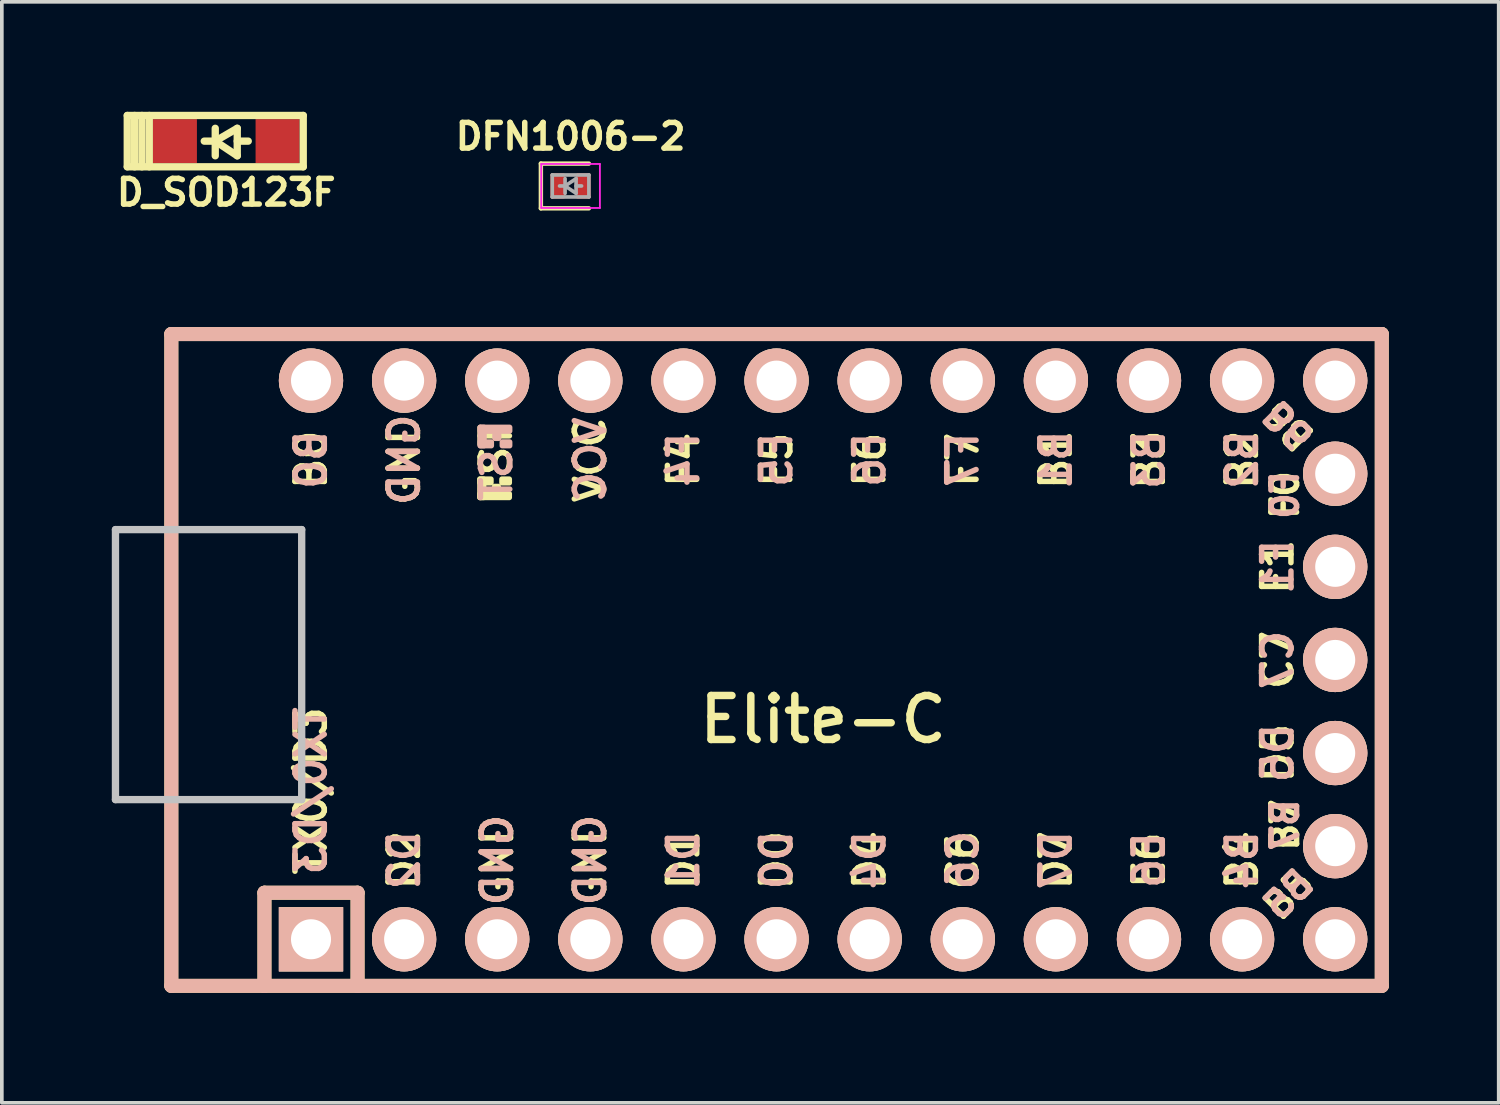
<source format=kicad_pcb>
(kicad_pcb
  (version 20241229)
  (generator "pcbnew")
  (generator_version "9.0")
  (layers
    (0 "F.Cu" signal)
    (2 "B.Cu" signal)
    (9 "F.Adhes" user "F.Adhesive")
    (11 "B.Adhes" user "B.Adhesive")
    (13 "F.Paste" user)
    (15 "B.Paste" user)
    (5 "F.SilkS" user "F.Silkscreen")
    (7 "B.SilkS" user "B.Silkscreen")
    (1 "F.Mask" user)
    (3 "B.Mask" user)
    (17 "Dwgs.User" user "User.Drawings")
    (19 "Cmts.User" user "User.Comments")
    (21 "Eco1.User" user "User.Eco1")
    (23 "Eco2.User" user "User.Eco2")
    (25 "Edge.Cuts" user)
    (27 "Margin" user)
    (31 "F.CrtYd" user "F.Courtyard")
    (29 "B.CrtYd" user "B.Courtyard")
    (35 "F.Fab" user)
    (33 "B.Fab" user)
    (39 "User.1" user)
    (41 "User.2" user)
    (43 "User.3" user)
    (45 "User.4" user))
  (footprint "DFN1006-2"
    (layer "F.Cu")
    (at 12.515 2.023)
    (property "Reference" "DFN1006-2" (at 0 -1.35 0) (layer "F.SilkS") (effects (font (size 0.7 0.7) (thickness 0.15))))
    (attr smd)
    (fp_line (start -0.81 -0.61) (end -0.81 0.61) (stroke (width 0.12) (type solid)) (layer "F.SilkS"))
    (fp_line (start -0.81 -0.61) (end 0.5 -0.61) (stroke (width 0.12) (type solid)) (layer "F.SilkS"))
    (fp_line (start -0.81 0.61) (end 0.5 0.61) (stroke (width 0.12) (type solid)) (layer "F.SilkS"))
    (fp_line (start -0.8 -0.6) (end -0.8 0.6) (stroke (width 0.05) (type solid)) (layer "F.CrtYd"))
    (fp_line (start -0.8 -0.6) (end 0.8 -0.6) (stroke (width 0.05) (type solid)) (layer "F.CrtYd"))
    (fp_line (start 0.8 -0.6) (end 0.8 0.6) (stroke (width 0.05) (type solid)) (layer "F.CrtYd"))
    (fp_line (start 0.8 0.6) (end -0.8 0.6) (stroke (width 0.05) (type solid)) (layer "F.CrtYd"))
    (fp_line (start -0.5 -0.3) (end 0.5 -0.3) (stroke (width 0.1) (type solid)) (layer "F.Fab"))
    (fp_line (start -0.5 0.3) (end -0.5 -0.3) (stroke (width 0.1) (type solid)) (layer "F.Fab"))
    (fp_line (start -0.15 0) (end -0.3 0) (stroke (width 0.1) (type solid)) (layer "F.Fab"))
    (fp_line (start -0.15 0) (end 0.15 0.2) (stroke (width 0.1) (type solid)) (layer "F.Fab"))
    (fp_line (start -0.15 0.2) (end -0.15 -0.2) (stroke (width 0.1) (type solid)) (layer "F.Fab"))
    (fp_line (start 0.15 -0.2) (end -0.15 0) (stroke (width 0.1) (type solid)) (layer "F.Fab"))
    (fp_line (start 0.15 0) (end 0.3 0) (stroke (width 0.1) (type solid)) (layer "F.Fab"))
    (fp_line (start 0.15 0.2) (end 0.15 -0.2) (stroke (width 0.1) (type solid)) (layer "F.Fab"))
    (fp_line (start 0.5 -0.3) (end 0.5 0.3) (stroke (width 0.1) (type solid)) (layer "F.Fab"))
    (fp_line (start 0.5 0.3) (end -0.5 0.3) (stroke (width 0.1) (type solid)) (layer "F.Fab"))
    (pad "" smd roundrect (at -0.35 0) (size 0.3 0.6) (layers "F.Paste") (roundrect_rratio 0.167))
    (pad "" smd roundrect (at 0.35 0) (size 0.3 0.6) (layers "F.Paste") (roundrect_rratio 0.167))
    (pad "1" smd roundrect (at -0.35 0) (size 0.4 0.7) (layers "F.Cu" "F.Mask") (roundrect_rratio 0.125))
    (pad "2" smd roundrect (at 0.35 0) (size 0.4 0.7) (layers "F.Cu" "F.Mask") (roundrect_rratio 0.125)))
  (footprint "D_SOD123F"
    (layer "F.Cu")
    (at 3.122 0.8)
    (property "Reference" "D_SOD123F" (at 0 1.4 0) (layer "F.SilkS") (effects (font (size 0.7 0.7) (thickness 0.15))))
    (attr smd)
    (fp_line (start -2.7 -0.7) (end -2.7 0.7) (stroke (width 0.2) (type solid)) (layer "F.SilkS"))
    (fp_line (start -2.7 -0.7) (end 2.1 -0.7) (stroke (width 0.2) (type solid)) (layer "F.SilkS"))
    (fp_line (start -2.7 0.7) (end 2.1 0.7) (stroke (width 0.2) (type solid)) (layer "F.SilkS"))
    (fp_line (start -2.5 -0.7) (end -2.5 0.7) (stroke (width 0.2) (type solid)) (layer "F.SilkS"))
    (fp_line (start -2.3 -0.7) (end -2.3 0.7) (stroke (width 0.2) (type solid)) (layer "F.SilkS"))
    (fp_line (start -2.1 -0.7) (end -2.1 0.7) (stroke (width 0.2) (type solid)) (layer "F.SilkS"))
    (fp_line (start -0.3 -0.35) (end -0.3 0.4) (stroke (width 0.2) (type solid)) (layer "F.SilkS"))
    (fp_line (start -0.3 0) (end -0.6 0) (stroke (width 0.2) (type solid)) (layer "F.SilkS"))
    (fp_line (start -0.3 0) (end 0.3 -0.35) (stroke (width 0.2) (type solid)) (layer "F.SilkS"))
    (fp_line (start 0.3 -0.35) (end 0.3 0.4) (stroke (width 0.2) (type solid)) (layer "F.SilkS"))
    (fp_line (start 0.3 0) (end 0.6 0) (stroke (width 0.2) (type solid)) (layer "F.SilkS"))
    (fp_line (start 0.3 0.4) (end -0.3 0) (stroke (width 0.2) (type solid)) (layer "F.SilkS"))
    (fp_line (start 2.1 -0.7) (end 2.1 0.7) (stroke (width 0.2) (type solid)) (layer "F.SilkS"))
    (pad "1" smd rect (at -1.4 0) (size 1.2 1.2) (layers "F.Cu" "F.Mask" "F.Paste"))
    (pad "2" smd rect (at 1.4 0) (size 1.2 1.2) (layers "F.Cu" "F.Mask" "F.Paste")))
  (footprint "Elite-C"
    (layer "F.Cu")
    (at 19.404 14.953)
    (property "Reference" "Elite-C" (at 0 1.625 0) (layer "F.SilkS") (effects (font (size 1.2 1.2) (thickness 0.203))))
    (attr through_hole)
    (fp_line (start -17.78 -8.89) (end -17.78 8.89) (stroke (width 0.381) (type solid)) (layer "F.SilkS"))
    (fp_line (start -17.78 8.89) (end -15.24 8.89) (stroke (width 0.381) (type solid)) (layer "F.SilkS"))
    (fp_line (start -15.24 -8.89) (end -17.78 -8.89) (stroke (width 0.381) (type solid)) (layer "F.SilkS"))
    (fp_line (start -15.24 6.35) (end -15.24 8.89) (stroke (width 0.381) (type solid)) (layer "F.SilkS"))
    (fp_line (start -15.24 6.35) (end -12.7 6.35) (stroke (width 0.381) (type solid)) (layer "F.SilkS"))
    (fp_line (start -15.24 8.89) (end 15.24 8.89) (stroke (width 0.381) (type solid)) (layer "F.SilkS"))
    (fp_line (start -12.7 6.35) (end -12.7 8.89) (stroke (width 0.381) (type solid)) (layer "F.SilkS"))
    (fp_line (start 15.24 -8.89) (end -15.24 -8.89) (stroke (width 0.381) (type solid)) (layer "F.SilkS"))
    (fp_line (start 15.24 8.89) (end 15.24 -8.89) (stroke (width 0.381) (type solid)) (layer "F.SilkS"))
    (fp_poly (pts (xy -9.361 -4.932) (xy -9.261 -4.932) (xy -9.261 -4.432) (xy -9.361 -4.432)) (stroke (width 0.15) (type solid)) (fill yes) (layer "F.SilkS"))
    (fp_poly (pts (xy -9.361 -4.932) (xy -9.061 -4.932) (xy -9.061 -4.832) (xy -9.361 -4.832)) (stroke (width 0.15) (type solid)) (fill yes) (layer "F.SilkS"))
    (fp_poly (pts (xy -9.361 -4.532) (xy -8.561 -4.532) (xy -8.561 -4.432) (xy -9.361 -4.432)) (stroke (width 0.15) (type solid)) (fill yes) (layer "F.SilkS"))
    (fp_poly (pts (xy -8.961 -4.732) (xy -8.861 -4.732) (xy -8.861 -4.632) (xy -8.961 -4.632)) (stroke (width 0.15) (type solid)) (fill yes) (layer "F.SilkS"))
    (fp_poly (pts (xy -8.761 -4.932) (xy -8.561 -4.932) (xy -8.561 -4.832) (xy -8.761 -4.832)) (stroke (width 0.15) (type solid)) (fill yes) (layer "F.SilkS"))
    (fp_line (start -17.78 -8.89) (end -17.78 8.89) (stroke (width 0.381) (type solid)) (layer "B.SilkS"))
    (fp_line (start -17.78 8.89) (end 15.24 8.89) (stroke (width 0.381) (type solid)) (layer "B.SilkS"))
    (fp_line (start -15.24 6.35) (end -15.24 8.89) (stroke (width 0.381) (type solid)) (layer "B.SilkS"))
    (fp_line (start -15.24 6.35) (end -12.7 6.35) (stroke (width 0.381) (type solid)) (layer "B.SilkS"))
    (fp_line (start -12.7 6.35) (end -12.7 8.89) (stroke (width 0.381) (type solid)) (layer "B.SilkS"))
    (fp_line (start 15.24 -8.89) (end -17.78 -8.89) (stroke (width 0.381) (type solid)) (layer "B.SilkS"))
    (fp_line (start 15.24 8.89) (end 15.24 -8.89) (stroke (width 0.381) (type solid)) (layer "B.SilkS"))
    (fp_poly (pts (xy -9.351 -6.245) (xy -8.551 -6.245) (xy -8.551 -6.345) (xy -9.351 -6.345)) (stroke (width 0.15) (type solid)) (fill yes) (layer "B.SilkS"))
    (fp_poly (pts (xy -9.351 -5.845) (xy -9.251 -5.845) (xy -9.251 -6.345) (xy -9.351 -6.345)) (stroke (width 0.15) (type solid)) (fill yes) (layer "B.SilkS"))
    (fp_poly (pts (xy -9.351 -5.845) (xy -9.051 -5.845) (xy -9.051 -5.945) (xy -9.351 -5.945)) (stroke (width 0.15) (type solid)) (fill yes) (layer "B.SilkS"))
    (fp_poly (pts (xy -8.951 -6.045) (xy -8.851 -6.045) (xy -8.851 -6.145) (xy -8.951 -6.145)) (stroke (width 0.15) (type solid)) (fill yes) (layer "B.SilkS"))
    (fp_poly (pts (xy -8.751 -5.845) (xy -8.551 -5.845) (xy -8.551 -5.945) (xy -8.751 -5.945)) (stroke (width 0.15) (type solid)) (fill yes) (layer "B.SilkS"))
    (fp_line (start -19.304 -3.556) (end -14.224 -3.556) (stroke (width 0.2) (type solid)) (layer "Dwgs.User"))
    (fp_line (start -19.304 3.81) (end -19.304 -3.556) (stroke (width 0.2) (type solid)) (layer "Dwgs.User"))
    (fp_line (start -14.224 -3.556) (end -14.224 3.81) (stroke (width 0.2) (type solid)) (layer "Dwgs.User"))
    (fp_line (start -14.224 3.81) (end -19.304 3.81) (stroke (width 0.2) (type solid)) (layer "Dwgs.User"))
    (fp_text user "B6" (at 12.7 -6.4 135) (unlocked yes) (layer "F.SilkS") (effects (font (size 0.7 0.7) (thickness 0.15))))
    (fp_text user "D0" (at -1.27 5.461 90) (layer "F.SilkS") (effects (font (size 0.8 0.8) (thickness 0.15))))
    (fp_text user "F6" (at 1.27 -5.461 90) (layer "F.SilkS") (effects (font (size 0.8 0.8) (thickness 0.15))))
    (fp_text user "D2" (at -11.43 5.461 90) (layer "F.SilkS") (effects (font (size 0.8 0.8) (thickness 0.15))))
    (fp_text user "GND" (at -8.89 5.461 90) (layer "F.SilkS") (effects (font (size 0.8 0.8) (thickness 0.15))))
    (fp_text user "TX0/D3" (at -13.97 3.572 90) (layer "F.SilkS") (effects (font (size 0.8 0.8) (thickness 0.15))))
    (fp_text user "ST" (at -8.92 -5.733 90) (layer "F.SilkS") (effects (font (size 0.8 0.8) (thickness 0.15))))
    (fp_text user "D7" (at 6.35 5.461 90) (layer "F.SilkS") (effects (font (size 0.8 0.8) (thickness 0.15))))
    (fp_text user "B2" (at 11.43 -5.461 90) (layer "F.SilkS") (effects (font (size 0.8 0.8) (thickness 0.15))))
    (fp_text user "D4" (at 1.27 5.461 90) (layer "F.SilkS") (effects (font (size 0.8 0.8) (thickness 0.15))))
    (fp_text user "B5" (at 12.7 6.4 45) (layer "F.SilkS") (effects (font (size 0.7 0.7) (thickness 0.15))))
    (fp_text user "F0" (at 12.6 -4.5 90) (layer "F.SilkS") (effects (font (size 0.7 0.7) (thickness 0.15))))
    (fp_text user "D5" (at 12.4 2.54 90) (layer "F.SilkS") (effects (font (size 0.8 0.8) (thickness 0.15))))
    (fp_text user "C7" (at 12.4 0 90) (layer "F.SilkS") (effects (font (size 0.8 0.8) (thickness 0.15))))
    (fp_text user "B0" (at -13.97 -5.461 90) (layer "F.SilkS") (effects (font (size 0.8 0.8) (thickness 0.15))))
    (fp_text user "F5" (at -1.27 -5.461 90) (layer "F.SilkS") (effects (font (size 0.8 0.8) (thickness 0.15))))
    (fp_text user "F7" (at 3.81 -5.461 90) (layer "F.SilkS") (effects (font (size 0.8 0.8) (thickness 0.15))))
    (fp_text user "F1" (at 12.4 -2.54 90) (layer "F.SilkS") (effects (font (size 0.8 0.8) (thickness 0.15))))
    (fp_text user "B4" (at 11.43 5.461 90) (layer "F.SilkS") (effects (font (size 0.8 0.8) (thickness 0.15))))
    (fp_text user "F4" (at -3.81 -5.461 90) (layer "F.SilkS") (effects (font (size 0.8 0.8) (thickness 0.15))))
    (fp_text user "B3" (at 8.89 -5.461 90) (layer "F.SilkS") (effects (font (size 0.8 0.8) (thickness 0.15))))
    (fp_text user "B1" (at 6.35 -5.461 90) (layer "F.SilkS") (effects (font (size 0.8 0.8) (thickness 0.15))))
    (fp_text user "D1" (at -3.81 5.461 90) (layer "F.SilkS") (effects (font (size 0.8 0.8) (thickness 0.15))))
    (fp_text user "B7" (at 12.6 4.5 90) (layer "F.SilkS") (effects (font (size 0.7 0.7) (thickness 0.15))))
    (fp_text user "C6" (at 3.81 5.461 90) (layer "F.SilkS") (effects (font (size 0.8 0.8) (thickness 0.15))))
    (fp_text user "GND" (at -6.35 5.461 90) (layer "F.SilkS") (effects (font (size 0.8 0.8) (thickness 0.15))))
    (fp_text user "GND" (at -11.43 -5.461 90) (layer "F.SilkS") (effects (font (size 0.8 0.8) (thickness 0.15))))
    (fp_text user "VCC" (at -6.35 -5.461 90) (layer "F.SilkS") (effects (font (size 0.8 0.8) (thickness 0.15))))
    (fp_text user "E6" (at 8.89 5.461 90) (layer "F.SilkS") (effects (font (size 0.8 0.8) (thickness 0.15))))
    (fp_text user "F6" (at 1.27 -5.461 90) (layer "B.SilkS") (effects (font (size 0.8 0.8) (thickness 0.15)) (justify mirror)))
    (fp_text user "F0" (at 12.6 -4.5 90) (layer "B.SilkS") (effects (font (size 0.7 0.7) (thickness 0.15)) (justify mirror)))
    (fp_text user "GND" (at -11.43 -5.461 90) (layer "B.SilkS") (effects (font (size 0.8 0.8) (thickness 0.15)) (justify mirror)))
    (fp_text user "C6" (at 3.81 5.461 90) (layer "B.SilkS") (effects (font (size 0.8 0.8) (thickness 0.15)) (justify mirror)))
    (fp_text user "C7" (at 12.4 0 90) (layer "B.SilkS") (effects (font (size 0.8 0.8) (thickness 0.15)) (justify mirror)))
    (fp_text user "GND" (at -6.35 5.461 90) (layer "B.SilkS") (effects (font (size 0.8 0.8) (thickness 0.15)) (justify mirror)))
    (fp_text user "F1" (at 12.4 -2.54 90) (layer "B.SilkS") (effects (font (size 0.8 0.8) (thickness 0.15)) (justify mirror)))
    (fp_text user "D2" (at -11.43 5.461 90) (layer "B.SilkS") (effects (font (size 0.8 0.8) (thickness 0.15)) (justify mirror)))
    (fp_text user "D5" (at 12.4 2.54 90) (layer "B.SilkS") (effects (font (size 0.8 0.8) (thickness 0.15)) (justify mirror)))
    (fp_text user "E6" (at 8.89 5.461 90) (layer "B.SilkS") (effects (font (size 0.8 0.8) (thickness 0.15)) (justify mirror)))
    (fp_text user "D7" (at 6.35 5.461 90) (layer "B.SilkS") (effects (font (size 0.8 0.8) (thickness 0.15)) (justify mirror)))
    (fp_text user "D1" (at -3.81 5.461 90) (layer "B.SilkS") (effects (font (size 0.8 0.8) (thickness 0.15)) (justify mirror)))
    (fp_text user "GND" (at -8.89 5.461 90) (layer "B.SilkS") (effects (font (size 0.8 0.8) (thickness 0.15)) (justify mirror)))
    (fp_text user "VCC" (at -6.35 -5.461 90) (layer "B.SilkS") (effects (font (size 0.8 0.8) (thickness 0.15)) (justify mirror)))
    (fp_text user "B6" (at 12.7 -6.4 135) (unlocked yes) (layer "B.SilkS") (effects (font (size 0.7 0.7) (thickness 0.15)) (justify mirror)))
    (fp_text user "F7" (at 3.81 -5.461 90) (layer "B.SilkS") (effects (font (size 0.8 0.8) (thickness 0.15)) (justify mirror)))
    (fp_text user "D4" (at 1.27 5.461 90) (layer "B.SilkS") (effects (font (size 0.8 0.8) (thickness 0.15)) (justify mirror)))
    (fp_text user "B0" (at -13.97 -5.461 90) (layer "B.SilkS") (effects (font (size 0.8 0.8) (thickness 0.15)) (justify mirror)))
    (fp_text user "B2" (at 11.43 -5.461 90) (layer "B.SilkS") (effects (font (size 0.8 0.8) (thickness 0.15)) (justify mirror)))
    (fp_text user "B3" (at 8.89 -5.461 90) (layer "B.SilkS") (effects (font (size 0.8 0.8) (thickness 0.15)) (justify mirror)))
    (fp_text user "D0" (at -1.27 5.461 90) (layer "B.SilkS") (effects (font (size 0.8 0.8) (thickness 0.15)) (justify mirror)))
    (fp_text user "F5" (at -1.27 -5.461 90) (layer "B.SilkS") (effects (font (size 0.8 0.8) (thickness 0.15)) (justify mirror)))
    (fp_text user "F4" (at -3.81 -5.461 90) (layer "B.SilkS") (effects (font (size 0.8 0.8) (thickness 0.15)) (justify mirror)))
    (fp_text user "B7" (at 12.6 4.5 90) (layer "B.SilkS") (effects (font (size 0.7 0.7) (thickness 0.15)) (justify mirror)))
    (fp_text user "TX0/D3" (at -13.97 3.572 90) (layer "B.SilkS") (effects (font (size 0.8 0.8) (thickness 0.15)) (justify mirror)))
    (fp_text user "B4" (at 11.43 5.461 90) (layer "B.SilkS") (effects (font (size 0.8 0.8) (thickness 0.15)) (justify mirror)))
    (fp_text user "B1" (at 6.35 -5.461 90) (layer "B.SilkS") (effects (font (size 0.8 0.8) (thickness 0.15)) (justify mirror)))
    (fp_text user "ST" (at -8.91 -5.04 90) (layer "B.SilkS") (effects (font (size 0.8 0.8) (thickness 0.15)) (justify mirror)))
    (fp_text user "B5" (at 12.7 6.4 45) (layer "B.SilkS") (effects (font (size 0.7 0.7) (thickness 0.15)) (justify mirror)))
    (pad "1" thru_hole rect (at -13.97 7.62) (size 1.753 1.753) (drill 1.092) (layers "*.Cu" "*.SilkS" "*.Mask"))
    (pad "2" thru_hole circle (at -11.43 7.62) (size 1.753 1.753) (drill 1.092) (layers "*.Cu" "*.SilkS" "*.Mask"))
    (pad "3" thru_hole circle (at -8.89 7.62) (size 1.753 1.753) (drill 1.092) (layers "*.Cu" "*.SilkS" "*.Mask"))
    (pad "4" thru_hole circle (at -6.35 7.62) (size 1.753 1.753) (drill 1.092) (layers "*.Cu" "*.SilkS" "*.Mask"))
    (pad "5" thru_hole circle (at -3.81 7.62) (size 1.753 1.753) (drill 1.092) (layers "*.Cu" "*.SilkS" "*.Mask"))
    (pad "6" thru_hole circle (at -1.27 7.62) (size 1.753 1.753) (drill 1.092) (layers "*.Cu" "*.SilkS" "*.Mask"))
    (pad "7" thru_hole circle (at 1.27 7.62) (size 1.753 1.753) (drill 1.092) (layers "*.Cu" "*.SilkS" "*.Mask"))
    (pad "8" thru_hole circle (at 3.81 7.62) (size 1.753 1.753) (drill 1.092) (layers "*.Cu" "*.SilkS" "*.Mask"))
    (pad "9" thru_hole circle (at 6.35 7.62) (size 1.753 1.753) (drill 1.092) (layers "*.Cu" "*.SilkS" "*.Mask"))
    (pad "10" thru_hole circle (at 8.89 7.62) (size 1.753 1.753) (drill 1.092) (layers "*.Cu" "*.SilkS" "*.Mask"))
    (pad "11" thru_hole circle (at 11.43 7.62) (size 1.753 1.753) (drill 1.092) (layers "*.Cu" "*.SilkS" "*.Mask"))
    (pad "12" thru_hole circle (at 13.97 7.62) (size 1.753 1.753) (drill 1.092) (layers "*.Cu" "*.SilkS" "*.Mask"))
    (pad "13" thru_hole circle (at 13.97 -7.62) (size 1.753 1.753) (drill 1.092) (layers "*.Cu" "*.SilkS" "*.Mask"))
    (pad "14" thru_hole circle (at 11.43 -7.62) (size 1.753 1.753) (drill 1.092) (layers "*.Cu" "*.SilkS" "*.Mask"))
    (pad "15" thru_hole circle (at 8.89 -7.62) (size 1.753 1.753) (drill 1.092) (layers "*.Cu" "*.SilkS" "*.Mask"))
    (pad "16" thru_hole circle (at 6.35 -7.62) (size 1.753 1.753) (drill 1.092) (layers "*.Cu" "*.SilkS" "*.Mask"))
    (pad "17" thru_hole circle (at 3.81 -7.62) (size 1.753 1.753) (drill 1.092) (layers "*.Cu" "*.SilkS" "*.Mask"))
    (pad "18" thru_hole circle (at 1.27 -7.62) (size 1.753 1.753) (drill 1.092) (layers "*.Cu" "*.SilkS" "*.Mask"))
    (pad "19" thru_hole circle (at -1.27 -7.62) (size 1.753 1.753) (drill 1.092) (layers "*.Cu" "*.SilkS" "*.Mask"))
    (pad "20" thru_hole circle (at -3.81 -7.62) (size 1.753 1.753) (drill 1.092) (layers "*.Cu" "*.SilkS" "*.Mask"))
    (pad "21" thru_hole circle (at -6.35 -7.62) (size 1.753 1.753) (drill 1.092) (layers "*.Cu" "*.SilkS" "*.Mask"))
    (pad "22" thru_hole circle (at -8.89 -7.62) (size 1.753 1.753) (drill 1.092) (layers "*.Cu" "*.SilkS" "*.Mask"))
    (pad "23" thru_hole circle (at -11.43 -7.62) (size 1.753 1.753) (drill 1.092) (layers "*.Cu" "*.SilkS" "*.Mask"))
    (pad "24" thru_hole circle (at -13.97 -7.62) (size 1.753 1.753) (drill 1.092) (layers "*.Cu" "*.SilkS" "*.Mask"))
    (pad "25" thru_hole circle (at 13.97 5.08) (size 1.753 1.753) (drill 1.092) (layers "*.Cu" "*.SilkS" "*.Mask"))
    (pad "26" thru_hole circle (at 13.97 2.54) (size 1.753 1.753) (drill 1.092) (layers "*.Cu" "*.SilkS" "*.Mask"))
    (pad "27" thru_hole circle (at 13.97 0) (size 1.753 1.753) (drill 1.092) (layers "*.Cu" "*.SilkS" "*.Mask"))
    (pad "28" thru_hole circle (at 13.97 -2.54) (size 1.753 1.753) (drill 1.092) (layers "*.Cu" "*.SilkS" "*.Mask"))
    (pad "29" thru_hole circle (at 13.97 -5.08) (size 1.753 1.753) (drill 1.092) (layers "*.Cu" "*.SilkS" "*.Mask")))
  (gr_rect
    (start -3 -3)
    (end 37.834 27.034)
    (stroke (width 0.1) (type default))
    (fill no)
    (layer "Edge.Cuts")))
</source>
